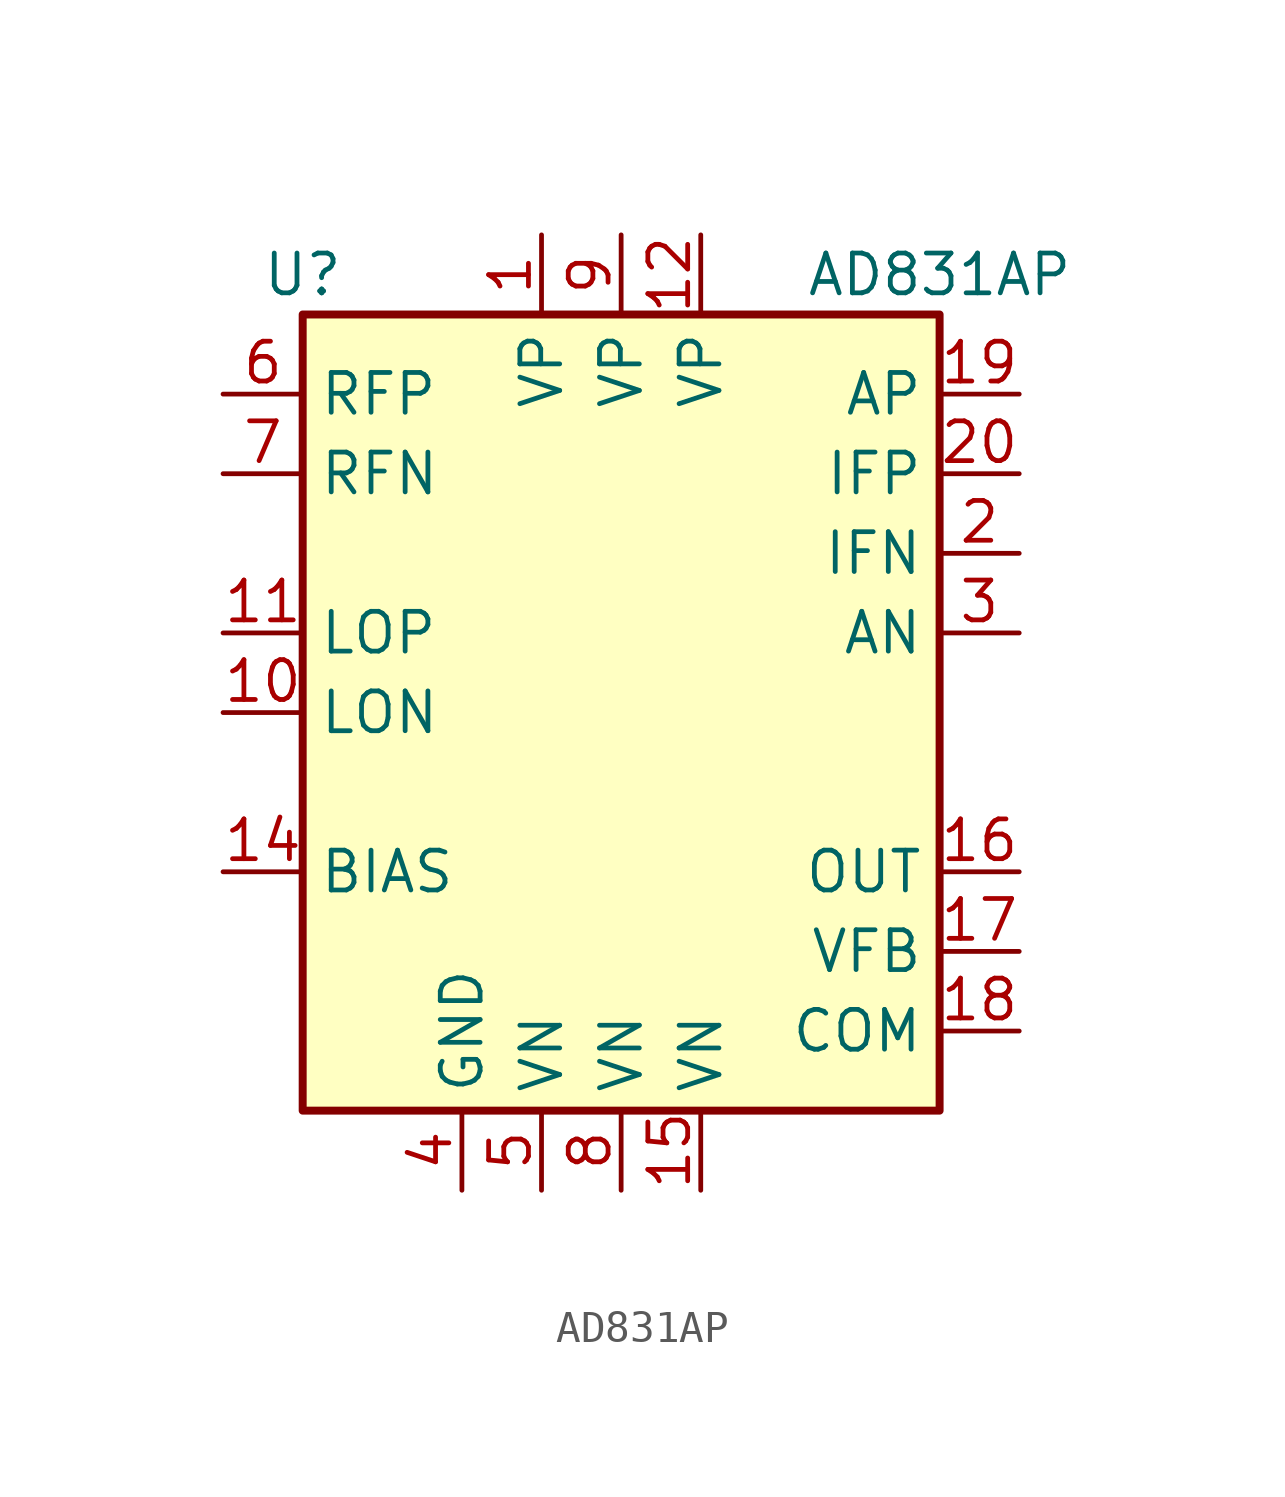
<source format=kicad_sym>
(kicad_symbol_lib
  (version 20241209)
  (generator "kicad_symbol_editor")
  (generator_version "9.0")
  (symbol "AD831AP"
    (property "Reference" "U"
      (at -10.16 13.97 0)
      (effects (font (size 1.27 1.27))))
    (property "Value" "AD831AP"
      (at 10.16 13.97 0)
      (effects (font (size 1.27 1.27))))
    (symbol "AD831AP_0_1"
      (rectangle (start 10.16 12.7) (end -10.16 -12.7) (stroke (width 0.254) (type default)) (fill (type background))))
    (symbol "AD831AP_1_1"
      (pin input line (at -12.7 10.16 0) (length 2.54) (name "RFP" (effects (font (size 1.27 1.27)))) (number "6" (effects (font (size 1.27 1.27)))))
      (pin input line (at -12.7 7.62 0) (length 2.54) (name "RFN" (effects (font (size 1.27 1.27)))) (number "7" (effects (font (size 1.27 1.27)))))
      (pin input line (at -12.7 2.54 0) (length 2.54) (name "LOP" (effects (font (size 1.27 1.27)))) (number "11" (effects (font (size 1.27 1.27)))))
      (pin input line (at -12.7 0 0) (length 2.54) (name "LON" (effects (font (size 1.27 1.27)))) (number "10" (effects (font (size 1.27 1.27)))))
      (pin passive line (at -12.7 -5.08 0) (length 2.54) (name "BIAS" (effects (font (size 1.27 1.27)))) (number "14" (effects (font (size 1.27 1.27)))))
      (pin passive line (at -5.08 -15.24 90) (length 2.54) (hide yes) (name "GND" (effects (font (size 1.27 1.27)))) (number "13" (effects (font (size 1.27 1.27)))))
      (pin power_in line (at -5.08 -15.24 90) (length 2.54) (name "GND" (effects (font (size 1.27 1.27)))) (number "4" (effects (font (size 1.27 1.27)))))
      (pin power_in line (at -2.54 15.24 270) (length 2.54) (name "VP" (effects (font (size 1.27 1.27)))) (number "1" (effects (font (size 1.27 1.27)))))
      (pin power_in line (at -2.54 -15.24 90) (length 2.54) (name "VN" (effects (font (size 1.27 1.27)))) (number "5" (effects (font (size 1.27 1.27)))))
      (pin power_in line (at 0 15.24 270) (length 2.54) (name "VP" (effects (font (size 1.27 1.27)))) (number "9" (effects (font (size 1.27 1.27)))))
      (pin power_in line (at 0 -15.24 90) (length 2.54) (name "VN" (effects (font (size 1.27 1.27)))) (number "8" (effects (font (size 1.27 1.27)))))
      (pin power_in line (at 2.54 15.24 270) (length 2.54) (name "VP" (effects (font (size 1.27 1.27)))) (number "12" (effects (font (size 1.27 1.27)))))
      (pin power_in line (at 2.54 -15.24 90) (length 2.54) (name "VN" (effects (font (size 1.27 1.27)))) (number "15" (effects (font (size 1.27 1.27)))))
      (pin input line (at 12.7 10.16 180) (length 2.54) (name "AP" (effects (font (size 1.27 1.27)))) (number "19" (effects (font (size 1.27 1.27)))))
      (pin open_collector line (at 12.7 7.62 180) (length 2.54) (name "IFP" (effects (font (size 1.27 1.27)))) (number "20" (effects (font (size 1.27 1.27)))))
      (pin open_collector line (at 12.7 5.08 180) (length 2.54) (name "IFN" (effects (font (size 1.27 1.27)))) (number "2" (effects (font (size 1.27 1.27)))))
      (pin input line (at 12.7 2.54 180) (length 2.54) (name "AN" (effects (font (size 1.27 1.27)))) (number "3" (effects (font (size 1.27 1.27)))))
      (pin output line (at 12.7 -5.08 180) (length 2.54) (name "OUT" (effects (font (size 1.27 1.27)))) (number "16" (effects (font (size 1.27 1.27)))))
      (pin passive line (at 12.7 -7.62 180) (length 2.54) (name "VFB" (effects (font (size 1.27 1.27)))) (number "17" (effects (font (size 1.27 1.27)))))
      (pin passive line (at 12.7 -10.16 180) (length 2.54) (name "COM" (effects (font (size 1.27 1.27)))) (number "18" (effects (font (size 1.27 1.27))))))))
</source>
